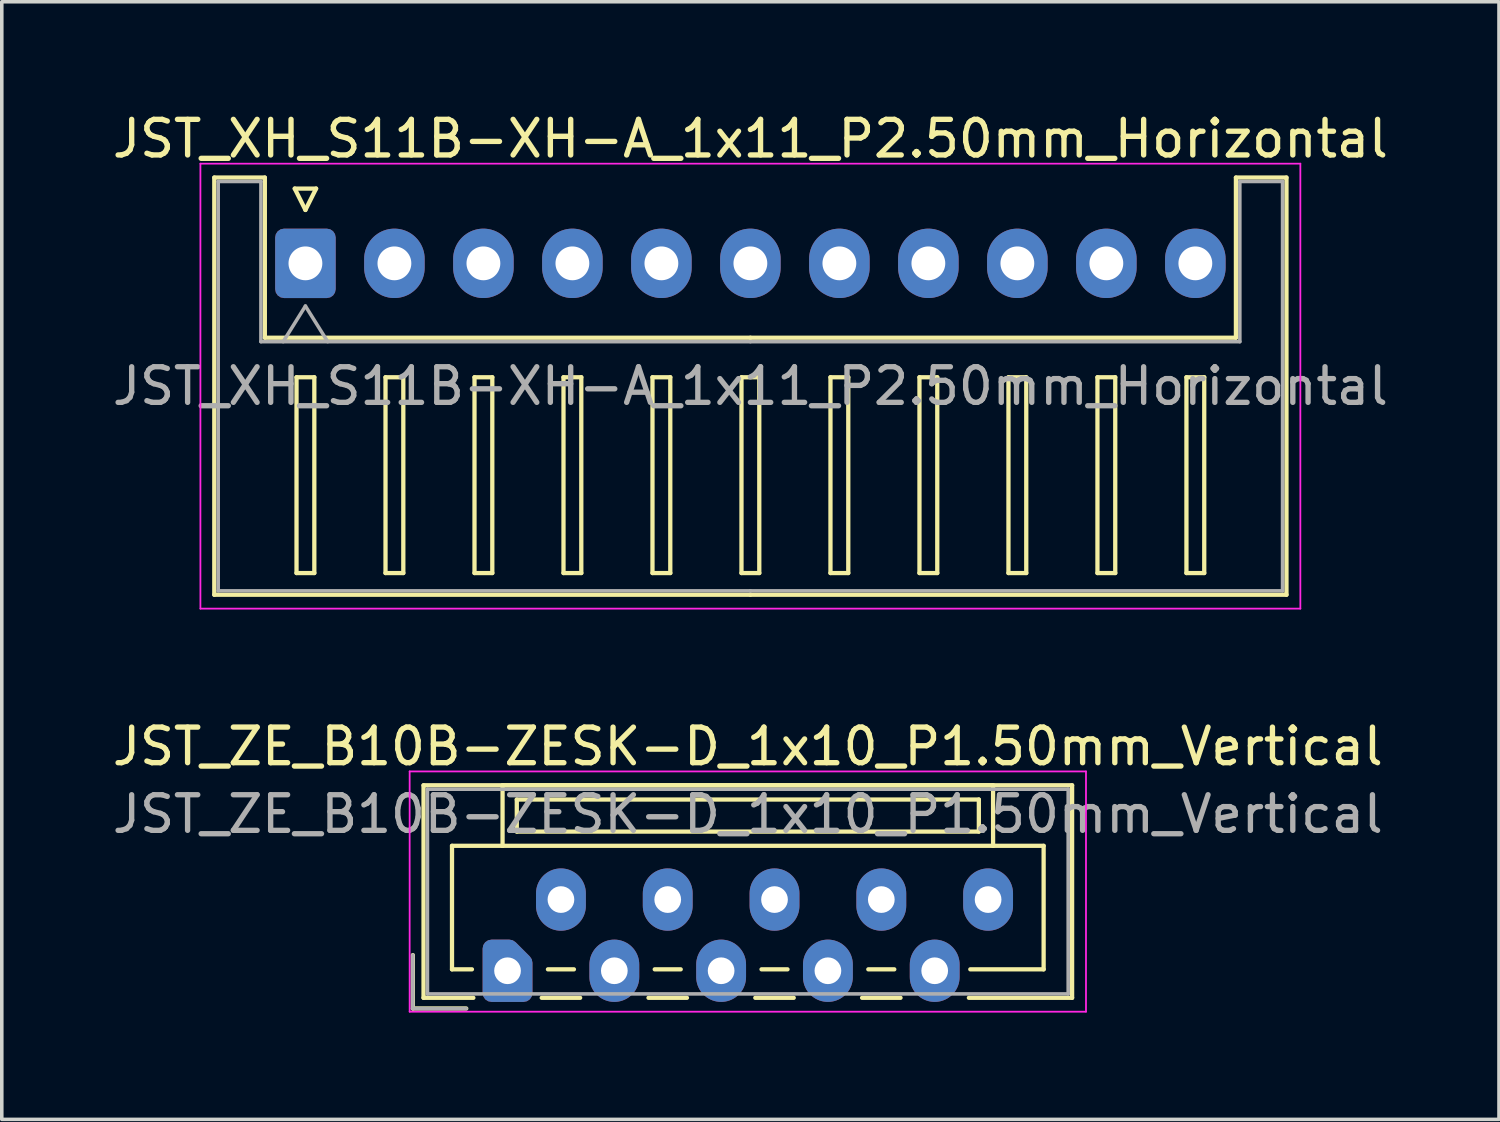
<source format=kicad_pcb>
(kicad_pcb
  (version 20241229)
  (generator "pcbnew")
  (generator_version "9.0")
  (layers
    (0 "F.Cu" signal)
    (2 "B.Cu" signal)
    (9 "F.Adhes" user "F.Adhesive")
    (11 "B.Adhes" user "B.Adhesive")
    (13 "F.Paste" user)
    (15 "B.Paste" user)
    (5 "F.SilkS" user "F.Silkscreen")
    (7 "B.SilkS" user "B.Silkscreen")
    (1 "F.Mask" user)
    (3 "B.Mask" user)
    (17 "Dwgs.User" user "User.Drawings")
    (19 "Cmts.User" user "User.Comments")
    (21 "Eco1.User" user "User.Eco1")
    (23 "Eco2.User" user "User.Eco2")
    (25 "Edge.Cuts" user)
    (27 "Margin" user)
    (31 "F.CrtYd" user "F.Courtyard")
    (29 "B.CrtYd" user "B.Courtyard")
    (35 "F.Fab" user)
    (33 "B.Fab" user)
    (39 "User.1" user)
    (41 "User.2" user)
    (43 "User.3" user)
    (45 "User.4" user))
  (footprint "JST_XH_S11B-XH-A_1x11_P2.50mm_Horizontal"
    (layer "F.Cu")
    (at 5.53 4.348)
    (property "Reference" "JST_XH_S11B-XH-A_1x11_P2.50mm_Horizontal" (at 12.5 -3.5 0) (layer "F.SilkS") (effects (font (size 1 1) (thickness 0.15))))
    (attr through_hole)
    (fp_line (start -2.56 -2.41) (end -1.14 -2.41) (stroke (width 0.12) (type solid)) (layer "F.SilkS"))
    (fp_line (start -2.56 9.31) (end -2.56 -2.41) (stroke (width 0.12) (type solid)) (layer "F.SilkS"))
    (fp_line (start -1.14 -2.41) (end -1.14 2.09) (stroke (width 0.12) (type solid)) (layer "F.SilkS"))
    (fp_line (start -1.14 2.09) (end 12.5 2.09) (stroke (width 0.12) (type solid)) (layer "F.SilkS"))
    (fp_line (start -0.3 -2.1) (end 0.3 -2.1) (stroke (width 0.12) (type solid)) (layer "F.SilkS"))
    (fp_line (start -0.25 3.2) (end -0.25 8.7) (stroke (width 0.12) (type solid)) (layer "F.SilkS"))
    (fp_line (start -0.25 8.7) (end 0.25 8.7) (stroke (width 0.12) (type solid)) (layer "F.SilkS"))
    (fp_line (start 0 -1.5) (end -0.3 -2.1) (stroke (width 0.12) (type solid)) (layer "F.SilkS"))
    (fp_line (start 0.25 3.2) (end -0.25 3.2) (stroke (width 0.12) (type solid)) (layer "F.SilkS"))
    (fp_line (start 0.25 8.7) (end 0.25 3.2) (stroke (width 0.12) (type solid)) (layer "F.SilkS"))
    (fp_line (start 0.3 -2.1) (end 0 -1.5) (stroke (width 0.12) (type solid)) (layer "F.SilkS"))
    (fp_line (start 2.25 3.2) (end 2.25 8.7) (stroke (width 0.12) (type solid)) (layer "F.SilkS"))
    (fp_line (start 2.25 8.7) (end 2.75 8.7) (stroke (width 0.12) (type solid)) (layer "F.SilkS"))
    (fp_line (start 2.75 3.2) (end 2.25 3.2) (stroke (width 0.12) (type solid)) (layer "F.SilkS"))
    (fp_line (start 2.75 8.7) (end 2.75 3.2) (stroke (width 0.12) (type solid)) (layer "F.SilkS"))
    (fp_line (start 4.75 3.2) (end 4.75 8.7) (stroke (width 0.12) (type solid)) (layer "F.SilkS"))
    (fp_line (start 4.75 8.7) (end 5.25 8.7) (stroke (width 0.12) (type solid)) (layer "F.SilkS"))
    (fp_line (start 5.25 3.2) (end 4.75 3.2) (stroke (width 0.12) (type solid)) (layer "F.SilkS"))
    (fp_line (start 5.25 8.7) (end 5.25 3.2) (stroke (width 0.12) (type solid)) (layer "F.SilkS"))
    (fp_line (start 7.25 3.2) (end 7.25 8.7) (stroke (width 0.12) (type solid)) (layer "F.SilkS"))
    (fp_line (start 7.25 8.7) (end 7.75 8.7) (stroke (width 0.12) (type solid)) (layer "F.SilkS"))
    (fp_line (start 7.75 3.2) (end 7.25 3.2) (stroke (width 0.12) (type solid)) (layer "F.SilkS"))
    (fp_line (start 7.75 8.7) (end 7.75 3.2) (stroke (width 0.12) (type solid)) (layer "F.SilkS"))
    (fp_line (start 9.75 3.2) (end 9.75 8.7) (stroke (width 0.12) (type solid)) (layer "F.SilkS"))
    (fp_line (start 9.75 8.7) (end 10.25 8.7) (stroke (width 0.12) (type solid)) (layer "F.SilkS"))
    (fp_line (start 10.25 3.2) (end 9.75 3.2) (stroke (width 0.12) (type solid)) (layer "F.SilkS"))
    (fp_line (start 10.25 8.7) (end 10.25 3.2) (stroke (width 0.12) (type solid)) (layer "F.SilkS"))
    (fp_line (start 12.25 3.2) (end 12.25 8.7) (stroke (width 0.12) (type solid)) (layer "F.SilkS"))
    (fp_line (start 12.25 8.7) (end 12.75 8.7) (stroke (width 0.12) (type solid)) (layer "F.SilkS"))
    (fp_line (start 12.5 9.31) (end -2.56 9.31) (stroke (width 0.12) (type solid)) (layer "F.SilkS"))
    (fp_line (start 12.5 9.31) (end 27.56 9.31) (stroke (width 0.12) (type solid)) (layer "F.SilkS"))
    (fp_line (start 12.75 3.2) (end 12.25 3.2) (stroke (width 0.12) (type solid)) (layer "F.SilkS"))
    (fp_line (start 12.75 8.7) (end 12.75 3.2) (stroke (width 0.12) (type solid)) (layer "F.SilkS"))
    (fp_line (start 14.75 3.2) (end 14.75 8.7) (stroke (width 0.12) (type solid)) (layer "F.SilkS"))
    (fp_line (start 14.75 8.7) (end 15.25 8.7) (stroke (width 0.12) (type solid)) (layer "F.SilkS"))
    (fp_line (start 15.25 3.2) (end 14.75 3.2) (stroke (width 0.12) (type solid)) (layer "F.SilkS"))
    (fp_line (start 15.25 8.7) (end 15.25 3.2) (stroke (width 0.12) (type solid)) (layer "F.SilkS"))
    (fp_line (start 17.25 3.2) (end 17.25 8.7) (stroke (width 0.12) (type solid)) (layer "F.SilkS"))
    (fp_line (start 17.25 8.7) (end 17.75 8.7) (stroke (width 0.12) (type solid)) (layer "F.SilkS"))
    (fp_line (start 17.75 3.2) (end 17.25 3.2) (stroke (width 0.12) (type solid)) (layer "F.SilkS"))
    (fp_line (start 17.75 8.7) (end 17.75 3.2) (stroke (width 0.12) (type solid)) (layer "F.SilkS"))
    (fp_line (start 19.75 3.2) (end 19.75 8.7) (stroke (width 0.12) (type solid)) (layer "F.SilkS"))
    (fp_line (start 19.75 8.7) (end 20.25 8.7) (stroke (width 0.12) (type solid)) (layer "F.SilkS"))
    (fp_line (start 20.25 3.2) (end 19.75 3.2) (stroke (width 0.12) (type solid)) (layer "F.SilkS"))
    (fp_line (start 20.25 8.7) (end 20.25 3.2) (stroke (width 0.12) (type solid)) (layer "F.SilkS"))
    (fp_line (start 22.25 3.2) (end 22.25 8.7) (stroke (width 0.12) (type solid)) (layer "F.SilkS"))
    (fp_line (start 22.25 8.7) (end 22.75 8.7) (stroke (width 0.12) (type solid)) (layer "F.SilkS"))
    (fp_line (start 22.75 3.2) (end 22.25 3.2) (stroke (width 0.12) (type solid)) (layer "F.SilkS"))
    (fp_line (start 22.75 8.7) (end 22.75 3.2) (stroke (width 0.12) (type solid)) (layer "F.SilkS"))
    (fp_line (start 24.75 3.2) (end 24.75 8.7) (stroke (width 0.12) (type solid)) (layer "F.SilkS"))
    (fp_line (start 24.75 8.7) (end 25.25 8.7) (stroke (width 0.12) (type solid)) (layer "F.SilkS"))
    (fp_line (start 25.25 3.2) (end 24.75 3.2) (stroke (width 0.12) (type solid)) (layer "F.SilkS"))
    (fp_line (start 25.25 8.7) (end 25.25 3.2) (stroke (width 0.12) (type solid)) (layer "F.SilkS"))
    (fp_line (start 26.14 -2.41) (end 26.14 2.09) (stroke (width 0.12) (type solid)) (layer "F.SilkS"))
    (fp_line (start 26.14 2.09) (end 12.5 2.09) (stroke (width 0.12) (type solid)) (layer "F.SilkS"))
    (fp_line (start 27.56 -2.41) (end 26.14 -2.41) (stroke (width 0.12) (type solid)) (layer "F.SilkS"))
    (fp_line (start 27.56 9.31) (end 27.56 -2.41) (stroke (width 0.12) (type solid)) (layer "F.SilkS"))
    (fp_line (start -2.95 -2.8) (end -2.95 9.7) (stroke (width 0.05) (type solid)) (layer "F.CrtYd"))
    (fp_line (start -2.95 9.7) (end 27.95 9.7) (stroke (width 0.05) (type solid)) (layer "F.CrtYd"))
    (fp_line (start 27.95 -2.8) (end -2.95 -2.8) (stroke (width 0.05) (type solid)) (layer "F.CrtYd"))
    (fp_line (start 27.95 9.7) (end 27.95 -2.8) (stroke (width 0.05) (type solid)) (layer "F.CrtYd"))
    (fp_line (start -2.45 -2.3) (end -1.25 -2.3) (stroke (width 0.1) (type solid)) (layer "F.Fab"))
    (fp_line (start -2.45 9.2) (end -2.45 -2.3) (stroke (width 0.1) (type solid)) (layer "F.Fab"))
    (fp_line (start -1.25 -2.3) (end -1.25 2.2) (stroke (width 0.1) (type solid)) (layer "F.Fab"))
    (fp_line (start -1.25 2.2) (end 12.5 2.2) (stroke (width 0.1) (type solid)) (layer "F.Fab"))
    (fp_line (start -0.625 2.2) (end 0 1.2) (stroke (width 0.1) (type solid)) (layer "F.Fab"))
    (fp_line (start 0 1.2) (end 0.625 2.2) (stroke (width 0.1) (type solid)) (layer "F.Fab"))
    (fp_line (start 12.5 9.2) (end -2.45 9.2) (stroke (width 0.1) (type solid)) (layer "F.Fab"))
    (fp_line (start 12.5 9.2) (end 27.45 9.2) (stroke (width 0.1) (type solid)) (layer "F.Fab"))
    (fp_line (start 26.25 -2.3) (end 26.25 2.2) (stroke (width 0.1) (type solid)) (layer "F.Fab"))
    (fp_line (start 26.25 2.2) (end 12.5 2.2) (stroke (width 0.1) (type solid)) (layer "F.Fab"))
    (fp_line (start 27.45 -2.3) (end 26.25 -2.3) (stroke (width 0.1) (type solid)) (layer "F.Fab"))
    (fp_line (start 27.45 9.2) (end 27.45 -2.3) (stroke (width 0.1) (type solid)) (layer "F.Fab"))
    (fp_text user "${REFERENCE}" (at 12.5 3.45 0) (layer "F.Fab") (effects (font (size 1 1) (thickness 0.15))))
    (pad "1" thru_hole roundrect (at 0 0) (size 1.7 1.95) (drill 0.95) (layers "*.Cu" "*.Mask") (roundrect_rratio 0.147))
    (pad "2" thru_hole oval (at 2.5 0) (size 1.7 1.95) (drill 0.95) (layers "*.Cu" "*.Mask"))
    (pad "3" thru_hole oval (at 5 0) (size 1.7 1.95) (drill 0.95) (layers "*.Cu" "*.Mask"))
    (pad "4" thru_hole oval (at 7.5 0) (size 1.7 1.95) (drill 0.95) (layers "*.Cu" "*.Mask"))
    (pad "5" thru_hole oval (at 10 0) (size 1.7 1.95) (drill 0.95) (layers "*.Cu" "*.Mask"))
    (pad "6" thru_hole oval (at 12.5 0) (size 1.7 1.95) (drill 0.95) (layers "*.Cu" "*.Mask"))
    (pad "7" thru_hole oval (at 15 0) (size 1.7 1.95) (drill 0.95) (layers "*.Cu" "*.Mask"))
    (pad "8" thru_hole oval (at 17.5 0) (size 1.7 1.95) (drill 0.95) (layers "*.Cu" "*.Mask"))
    (pad "9" thru_hole oval (at 20 0) (size 1.7 1.95) (drill 0.95) (layers "*.Cu" "*.Mask"))
    (pad "10" thru_hole oval (at 22.5 0) (size 1.7 1.95) (drill 0.95) (layers "*.Cu" "*.Mask"))
    (pad "11" thru_hole oval (at 25 0) (size 1.7 1.95) (drill 0.95) (layers "*.Cu" "*.Mask")))
  (footprint "JST_ZE_B10B-ZESK-D_1x10_P1.50mm_Vertical"
    (layer "F.Cu")
    (at 11.208 24.221)
    (property "Reference" "JST_ZE_B10B-ZESK-D_1x10_P1.50mm_Vertical" (at 6.75 -6.3 0) (layer "F.SilkS") (effects (font (size 1 1) (thickness 0.15))))
    (attr through_hole)
    (fp_line (start -2.66 -0.44) (end -2.66 1.06) (stroke (width 0.12) (type solid)) (layer "F.SilkS"))
    (fp_line (start -2.66 1.06) (end -1.16 1.06) (stroke (width 0.12) (type solid)) (layer "F.SilkS"))
    (fp_line (start -2.36 -5.21) (end 15.86 -5.21) (stroke (width 0.12) (type solid)) (layer "F.SilkS"))
    (fp_line (start -2.36 0.76) (end -2.36 -5.21) (stroke (width 0.12) (type solid)) (layer "F.SilkS"))
    (fp_line (start -1.56 -3.51) (end -1.56 -0.04) (stroke (width 0.12) (type solid)) (layer "F.SilkS"))
    (fp_line (start -1.56 -0.04) (end -1 -0.04) (stroke (width 0.12) (type solid)) (layer "F.SilkS"))
    (fp_line (start -0.96 0.76) (end -2.36 0.76) (stroke (width 0.12) (type solid)) (layer "F.SilkS"))
    (fp_line (start -0.14 -5.21) (end -0.14 -3.51) (stroke (width 0.12) (type solid)) (layer "F.SilkS"))
    (fp_line (start -0.14 -3.51) (end -1.56 -3.51) (stroke (width 0.12) (type solid)) (layer "F.SilkS"))
    (fp_line (start -0.14 -3.51) (end 13.64 -3.51) (stroke (width 0.12) (type solid)) (layer "F.SilkS"))
    (fp_line (start 0.26 -4.81) (end 0.26 -3.91) (stroke (width 0.12) (type solid)) (layer "F.SilkS"))
    (fp_line (start 0.26 -3.91) (end 13.24 -3.91) (stroke (width 0.12) (type solid)) (layer "F.SilkS"))
    (fp_line (start 0.96 0.76) (end 2.04 0.76) (stroke (width 0.12) (type solid)) (layer "F.SilkS"))
    (fp_line (start 1.135 -0.04) (end 1.865 -0.04) (stroke (width 0.12) (type solid)) (layer "F.SilkS"))
    (fp_line (start 3.96 0.76) (end 5.04 0.76) (stroke (width 0.12) (type solid)) (layer "F.SilkS"))
    (fp_line (start 4.135 -0.04) (end 4.865 -0.04) (stroke (width 0.12) (type solid)) (layer "F.SilkS"))
    (fp_line (start 6.96 0.76) (end 8.04 0.76) (stroke (width 0.12) (type solid)) (layer "F.SilkS"))
    (fp_line (start 7.135 -0.04) (end 7.865 -0.04) (stroke (width 0.12) (type solid)) (layer "F.SilkS"))
    (fp_line (start 9.96 0.76) (end 11.04 0.76) (stroke (width 0.12) (type solid)) (layer "F.SilkS"))
    (fp_line (start 10.135 -0.04) (end 10.865 -0.04) (stroke (width 0.12) (type solid)) (layer "F.SilkS"))
    (fp_line (start 13.24 -4.81) (end 0.26 -4.81) (stroke (width 0.12) (type solid)) (layer "F.SilkS"))
    (fp_line (start 13.24 -3.91) (end 13.24 -4.81) (stroke (width 0.12) (type solid)) (layer "F.SilkS"))
    (fp_line (start 13.64 -5.21) (end -0.14 -5.21) (stroke (width 0.12) (type solid)) (layer "F.SilkS"))
    (fp_line (start 13.64 -3.51) (end 13.64 -5.21) (stroke (width 0.12) (type solid)) (layer "F.SilkS"))
    (fp_line (start 13.64 -3.51) (end 15.06 -3.51) (stroke (width 0.12) (type solid)) (layer "F.SilkS"))
    (fp_line (start 15.06 -3.51) (end 15.06 -0.04) (stroke (width 0.12) (type solid)) (layer "F.SilkS"))
    (fp_line (start 15.06 -0.04) (end 13 -0.04) (stroke (width 0.12) (type solid)) (layer "F.SilkS"))
    (fp_line (start 15.86 -5.21) (end 15.86 0.76) (stroke (width 0.12) (type solid)) (layer "F.SilkS"))
    (fp_line (start 15.86 0.76) (end 12.96 0.76) (stroke (width 0.12) (type solid)) (layer "F.SilkS"))
    (fp_line (start -2.75 -5.6) (end -2.75 1.15) (stroke (width 0.05) (type solid)) (layer "F.CrtYd"))
    (fp_line (start -2.75 1.15) (end 16.25 1.15) (stroke (width 0.05) (type solid)) (layer "F.CrtYd"))
    (fp_line (start 16.25 -5.6) (end -2.75 -5.6) (stroke (width 0.05) (type solid)) (layer "F.CrtYd"))
    (fp_line (start 16.25 1.15) (end 16.25 -5.6) (stroke (width 0.05) (type solid)) (layer "F.CrtYd"))
    (fp_line (start -2.66 -0.44) (end -2.66 1.06) (stroke (width 0.1) (type solid)) (layer "F.Fab"))
    (fp_line (start -2.66 1.06) (end -1.16 1.06) (stroke (width 0.1) (type solid)) (layer "F.Fab"))
    (fp_line (start -2.25 -5.1) (end -2.25 0.65) (stroke (width 0.1) (type solid)) (layer "F.Fab"))
    (fp_line (start -2.25 0.65) (end 15.75 0.65) (stroke (width 0.1) (type solid)) (layer "F.Fab"))
    (fp_line (start 15.75 -5.1) (end -2.25 -5.1) (stroke (width 0.1) (type solid)) (layer "F.Fab"))
    (fp_line (start 15.75 0.65) (end 15.75 -5.1) (stroke (width 0.1) (type solid)) (layer "F.Fab"))
    (fp_text user "${REFERENCE}" (at 6.75 -4.4 0) (layer "F.Fab") (effects (font (size 1 1) (thickness 0.15))))
    (pad "1" thru_hole custom (at 0 0) (size 1.117 1.117) (drill 0.75) (layers "*.Cu" "*.Mask") (options (anchor circle)) (primitives (gr_poly (pts (xy -0.45 -0.625) (xy 0.05 -0.625) (xy 0.45 -0.225) (xy 0.45 0.625) (xy -0.45 0.625)) (width 0.5) (fill yes))))
    (pad "2" thru_hole oval (at 1.5 -2) (size 1.4 1.75) (drill 0.75) (layers "*.Cu" "*.Mask"))
    (pad "3" thru_hole oval (at 3 0) (size 1.4 1.75) (drill 0.75) (layers "*.Cu" "*.Mask"))
    (pad "4" thru_hole oval (at 4.5 -2) (size 1.4 1.75) (drill 0.75) (layers "*.Cu" "*.Mask"))
    (pad "5" thru_hole oval (at 6 0) (size 1.4 1.75) (drill 0.75) (layers "*.Cu" "*.Mask"))
    (pad "6" thru_hole oval (at 7.5 -2) (size 1.4 1.75) (drill 0.75) (layers "*.Cu" "*.Mask"))
    (pad "7" thru_hole oval (at 9 0) (size 1.4 1.75) (drill 0.75) (layers "*.Cu" "*.Mask"))
    (pad "8" thru_hole oval (at 10.5 -2) (size 1.4 1.75) (drill 0.75) (layers "*.Cu" "*.Mask"))
    (pad "9" thru_hole oval (at 12 0) (size 1.4 1.75) (drill 0.75) (layers "*.Cu" "*.Mask"))
    (pad "10" thru_hole oval (at 13.5 -2) (size 1.4 1.75) (drill 0.75) (layers "*.Cu" "*.Mask")))
  (gr_rect
    (start -3 -3)
    (end 39.06 28.396)
    (stroke (width 0.1) (type default))
    (fill no)
    (layer "Edge.Cuts")))
</source>
